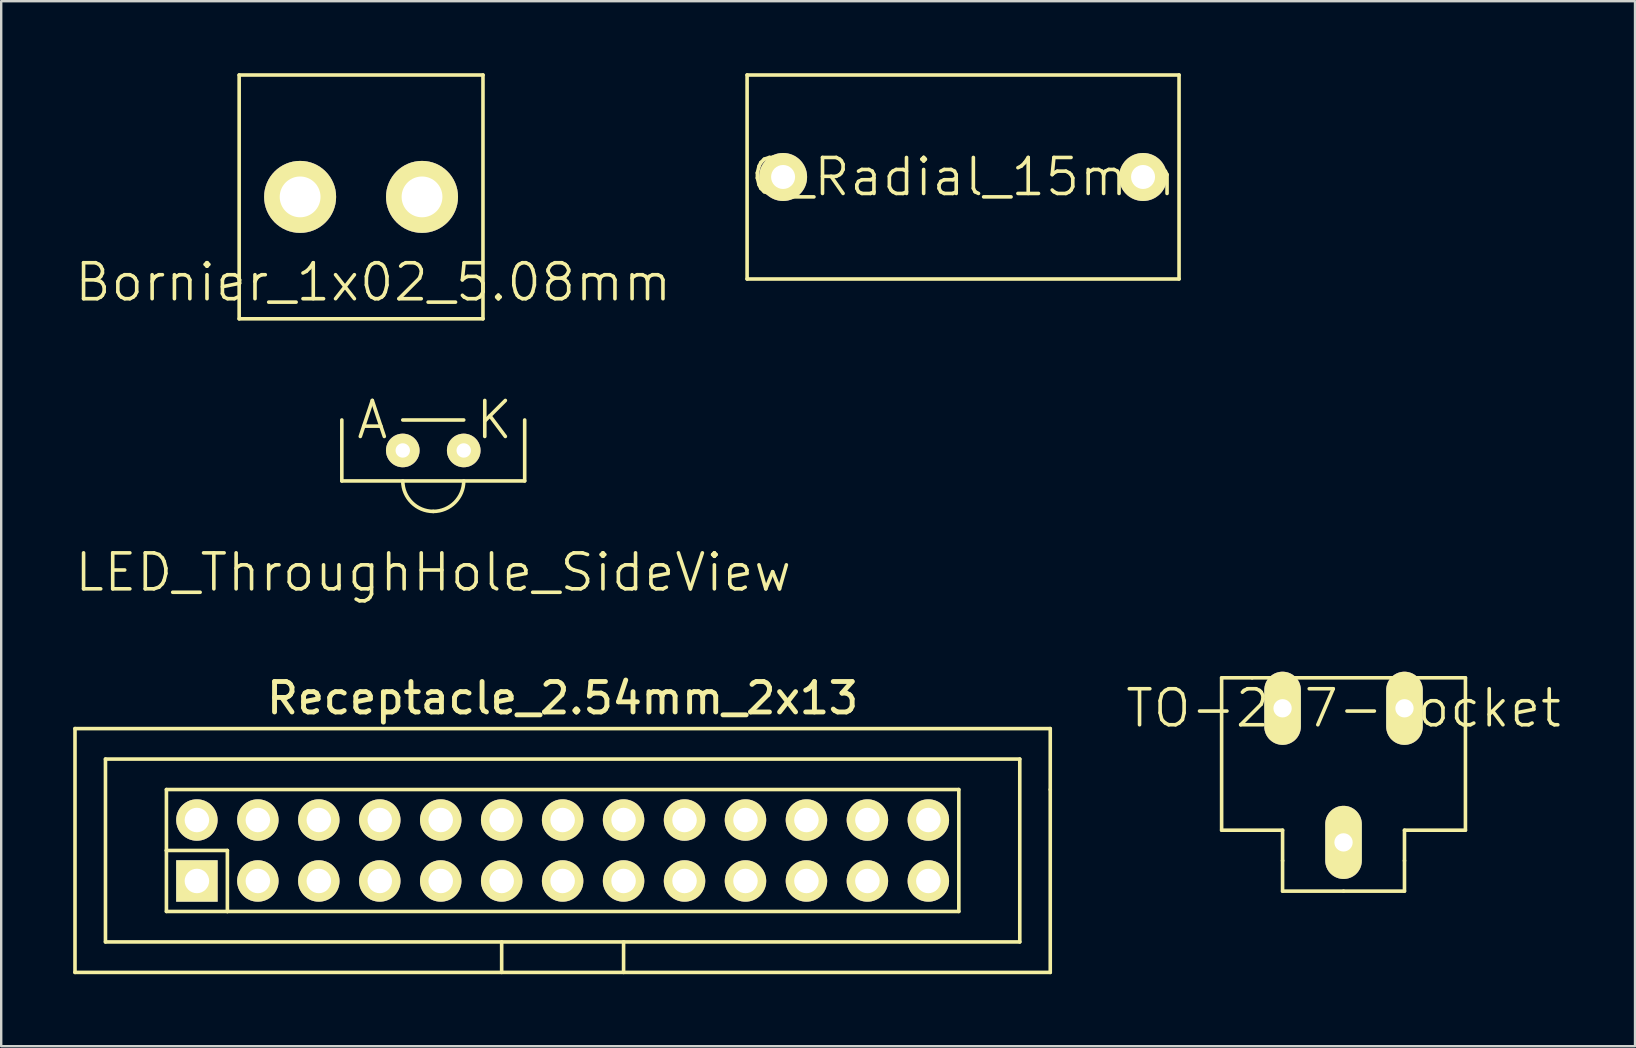
<source format=kicad_pcb>
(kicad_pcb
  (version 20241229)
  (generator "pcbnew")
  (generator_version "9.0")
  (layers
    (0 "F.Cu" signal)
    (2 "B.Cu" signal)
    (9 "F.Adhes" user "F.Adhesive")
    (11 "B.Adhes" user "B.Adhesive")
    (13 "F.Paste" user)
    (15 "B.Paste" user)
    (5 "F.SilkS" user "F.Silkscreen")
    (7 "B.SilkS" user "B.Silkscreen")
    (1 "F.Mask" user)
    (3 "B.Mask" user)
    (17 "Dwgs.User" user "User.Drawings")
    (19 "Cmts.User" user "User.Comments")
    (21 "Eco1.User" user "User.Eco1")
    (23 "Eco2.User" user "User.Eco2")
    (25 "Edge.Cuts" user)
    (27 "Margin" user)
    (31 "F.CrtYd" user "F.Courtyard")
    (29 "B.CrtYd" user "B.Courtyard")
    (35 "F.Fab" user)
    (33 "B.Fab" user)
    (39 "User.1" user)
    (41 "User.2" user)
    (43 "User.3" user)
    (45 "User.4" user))
  (footprint "TO-227-Socket"
    (layer "F.Cu")
    (at 52.936 26.465)
    (property "Reference" "TO-227-Socket" (at 0 0 0) (layer "F.SilkS") (effects (font (size 1.5 1.5) (thickness 0.15))))
    (attr through_hole)
    (fp_line (start -5.08 -1.27) (end -3.81 -1.27) (stroke (width 0.15) (type solid)) (layer "F.SilkS"))
    (fp_line (start -5.08 5.08) (end -5.08 -1.27) (stroke (width 0.15) (type solid)) (layer "F.SilkS"))
    (fp_line (start -3.81 -1.27) (end 5.08 -1.27) (stroke (width 0.15) (type solid)) (layer "F.SilkS"))
    (fp_line (start -2.54 5.08) (end -5.08 5.08) (stroke (width 0.15) (type solid)) (layer "F.SilkS"))
    (fp_line (start -2.54 6.35) (end -2.54 5.08) (stroke (width 0.15) (type solid)) (layer "F.SilkS"))
    (fp_line (start -2.54 7.62) (end -2.54 6.35) (stroke (width 0.15) (type solid)) (layer "F.SilkS"))
    (fp_line (start 0 7.62) (end -2.54 7.62) (stroke (width 0.15) (type solid)) (layer "F.SilkS"))
    (fp_line (start 2.54 5.08) (end 2.54 6.35) (stroke (width 0.15) (type solid)) (layer "F.SilkS"))
    (fp_line (start 2.54 6.35) (end 2.54 7.62) (stroke (width 0.15) (type solid)) (layer "F.SilkS"))
    (fp_line (start 2.54 7.62) (end 0 7.62) (stroke (width 0.15) (type solid)) (layer "F.SilkS"))
    (fp_line (start 5.08 -1.27) (end 5.08 5.08) (stroke (width 0.15) (type solid)) (layer "F.SilkS"))
    (fp_line (start 5.08 5.08) (end 2.54 5.08) (stroke (width 0.15) (type solid)) (layer "F.SilkS"))
    (pad "1" thru_hole oval (at -2.54 0) (size 1.524 3.048) (drill 0.762) (layers "*.Cu" "*.Mask" "F.SilkS"))
    (pad "2" thru_hole oval (at 0 5.588) (size 1.524 3.048) (drill 0.762) (layers "*.Cu" "*.Mask" "F.SilkS"))
    (pad "3" thru_hole oval (at 2.54 0) (size 1.524 3.048) (drill 0.762) (layers "*.Cu" "*.Mask" "F.SilkS")))
  (footprint "Bornier_1x02_5.08mm"
    (layer "F.Cu")
    (at 11.996 5.155)
    (property "Reference" "Bornier_1x02_5.08mm" (at 0.508 3.556 0) (layer "F.SilkS") (effects (font (size 1.5 1.5) (thickness 0.15))))
    (attr through_hole)
    (fp_line (start -5.08 -5.08) (end 5.08 -5.08) (stroke (width 0.15) (type solid)) (layer "F.SilkS"))
    (fp_line (start -5.08 5.08) (end -5.08 -5.08) (stroke (width 0.15) (type solid)) (layer "F.SilkS"))
    (fp_line (start 5.08 -5.08) (end 5.08 5.08) (stroke (width 0.15) (type solid)) (layer "F.SilkS"))
    (fp_line (start 5.08 5.08) (end -5.08 5.08) (stroke (width 0.15) (type solid)) (layer "F.SilkS"))
    (pad "1" thru_hole circle (at -2.54 0) (size 3 3) (drill 1.7) (layers "*.Cu" "*.Mask" "F.SilkS"))
    (pad "2" thru_hole circle (at 2.54 0) (size 3 3) (drill 1.7) (layers "*.Cu" "*.Mask" "F.SilkS")))
  (footprint "Receptacle_2.54mm_2x13"
    (layer "F.Cu")
    (at 20.395 32.391)
    (property "Reference" "Receptacle_2.54mm_2x13" (at 0 -6.35 0) (layer "F.SilkS") (effects (font (size 1.27 1.27) (thickness 0.203))))
    (attr through_hole)
    (fp_line (start -20.32 -5.08) (end 20.32 -5.08) (stroke (width 0.15) (type solid)) (layer "F.SilkS"))
    (fp_line (start -20.32 5.08) (end -20.32 -5.08) (stroke (width 0.15) (type solid)) (layer "F.SilkS"))
    (fp_line (start -19.05 -3.81) (end -19.05 3.81) (stroke (width 0.15) (type solid)) (layer "F.SilkS"))
    (fp_line (start -19.05 3.81) (end 19.05 3.81) (stroke (width 0.15) (type solid)) (layer "F.SilkS"))
    (fp_line (start -16.51 -2.54) (end -16.51 0) (stroke (width 0.15) (type solid)) (layer "F.SilkS"))
    (fp_line (start -16.51 -2.54) (end 16.51 -2.54) (stroke (width 0.15) (type solid)) (layer "F.SilkS"))
    (fp_line (start -16.51 0) (end -13.97 0) (stroke (width 0.15) (type solid)) (layer "F.SilkS"))
    (fp_line (start -16.51 2.54) (end -16.51 0) (stroke (width 0.15) (type solid)) (layer "F.SilkS"))
    (fp_line (start -16.51 2.54) (end -13.97 2.54) (stroke (width 0.15) (type solid)) (layer "F.SilkS"))
    (fp_line (start -13.97 0) (end -13.97 2.54) (stroke (width 0.15) (type solid)) (layer "F.SilkS"))
    (fp_line (start -13.97 2.54) (end 16.51 2.54) (stroke (width 0.15) (type solid)) (layer "F.SilkS"))
    (fp_line (start -2.54 3.81) (end -2.54 5.08) (stroke (width 0.15) (type solid)) (layer "F.SilkS"))
    (fp_line (start 2.54 3.81) (end 2.54 5.08) (stroke (width 0.15) (type solid)) (layer "F.SilkS"))
    (fp_line (start 16.51 -2.54) (end 16.51 2.54) (stroke (width 0.15) (type solid)) (layer "F.SilkS"))
    (fp_line (start 19.05 -3.81) (end -19.05 -3.81) (stroke (width 0.15) (type solid)) (layer "F.SilkS"))
    (fp_line (start 19.05 3.81) (end 19.05 -3.81) (stroke (width 0.15) (type solid)) (layer "F.SilkS"))
    (fp_line (start 20.32 -5.08) (end 20.32 -2.54) (stroke (width 0.15) (type solid)) (layer "F.SilkS"))
    (fp_line (start 20.32 -2.54) (end 20.32 5.08) (stroke (width 0.15) (type solid)) (layer "F.SilkS"))
    (fp_line (start 20.32 5.08) (end -20.32 5.08) (stroke (width 0.15) (type solid)) (layer "F.SilkS"))
    (pad "1" thru_hole rect (at -15.24 1.27) (size 1.727 1.727) (drill 1.02) (layers "*.Cu" "*.Mask" "F.SilkS"))
    (pad "2" thru_hole oval (at -15.24 -1.27) (size 1.727 1.727) (drill 1.02) (layers "*.Cu" "*.Mask" "F.SilkS"))
    (pad "3" thru_hole oval (at -12.7 1.27) (size 1.727 1.727) (drill 1.02) (layers "*.Cu" "*.Mask" "F.SilkS"))
    (pad "4" thru_hole oval (at -12.7 -1.27) (size 1.727 1.727) (drill 1.02) (layers "*.Cu" "*.Mask" "F.SilkS"))
    (pad "5" thru_hole oval (at -10.16 1.27) (size 1.727 1.727) (drill 1.02) (layers "*.Cu" "*.Mask" "F.SilkS"))
    (pad "6" thru_hole oval (at -10.16 -1.27) (size 1.727 1.727) (drill 1.02) (layers "*.Cu" "*.Mask" "F.SilkS"))
    (pad "7" thru_hole oval (at -7.62 1.27) (size 1.727 1.727) (drill 1.02) (layers "*.Cu" "*.Mask" "F.SilkS"))
    (pad "8" thru_hole oval (at -7.62 -1.27) (size 1.727 1.727) (drill 1.02) (layers "*.Cu" "*.Mask" "F.SilkS"))
    (pad "9" thru_hole oval (at -5.08 1.27) (size 1.727 1.727) (drill 1.02) (layers "*.Cu" "*.Mask" "F.SilkS"))
    (pad "10" thru_hole oval (at -5.08 -1.27) (size 1.727 1.727) (drill 1.02) (layers "*.Cu" "*.Mask" "F.SilkS"))
    (pad "11" thru_hole oval (at -2.54 1.27) (size 1.727 1.727) (drill 1.02) (layers "*.Cu" "*.Mask" "F.SilkS"))
    (pad "12" thru_hole oval (at -2.54 -1.27) (size 1.727 1.727) (drill 1.02) (layers "*.Cu" "*.Mask" "F.SilkS"))
    (pad "13" thru_hole oval (at 0 1.27) (size 1.727 1.727) (drill 1.02) (layers "*.Cu" "*.Mask" "F.SilkS"))
    (pad "14" thru_hole oval (at 0 -1.27) (size 1.727 1.727) (drill 1.02) (layers "*.Cu" "*.Mask" "F.SilkS"))
    (pad "15" thru_hole oval (at 2.54 1.27) (size 1.727 1.727) (drill 1.02) (layers "*.Cu" "*.Mask" "F.SilkS"))
    (pad "16" thru_hole oval (at 2.54 -1.27) (size 1.727 1.727) (drill 1.02) (layers "*.Cu" "*.Mask" "F.SilkS"))
    (pad "17" thru_hole oval (at 5.08 1.27) (size 1.727 1.727) (drill 1.02) (layers "*.Cu" "*.Mask" "F.SilkS"))
    (pad "18" thru_hole oval (at 5.08 -1.27) (size 1.727 1.727) (drill 1.02) (layers "*.Cu" "*.Mask" "F.SilkS"))
    (pad "19" thru_hole oval (at 7.62 1.27) (size 1.727 1.727) (drill 1.02) (layers "*.Cu" "*.Mask" "F.SilkS"))
    (pad "20" thru_hole oval (at 7.62 -1.27) (size 1.727 1.727) (drill 1.02) (layers "*.Cu" "*.Mask" "F.SilkS"))
    (pad "21" thru_hole oval (at 10.16 1.27) (size 1.727 1.727) (drill 1.02) (layers "*.Cu" "*.Mask" "F.SilkS"))
    (pad "22" thru_hole oval (at 10.16 -1.27) (size 1.727 1.727) (drill 1.02) (layers "*.Cu" "*.Mask" "F.SilkS"))
    (pad "23" thru_hole oval (at 12.7 1.27) (size 1.727 1.727) (drill 1.02) (layers "*.Cu" "*.Mask" "F.SilkS"))
    (pad "24" thru_hole oval (at 12.7 -1.27) (size 1.727 1.727) (drill 1.02) (layers "*.Cu" "*.Mask" "F.SilkS"))
    (pad "25" thru_hole oval (at 15.24 1.27) (size 1.727 1.727) (drill 1.02) (layers "*.Cu" "*.Mask" "F.SilkS"))
    (pad "26" thru_hole oval (at 15.24 -1.27) (size 1.727 1.727) (drill 1.02) (layers "*.Cu" "*.Mask" "F.SilkS")))
  (footprint "LED_ThroughHole_SideView"
    (layer "F.Cu")
    (at 15.004 15.721)
    (property "Reference" "LED_ThroughHole_SideView" (at 0 5.08 0) (layer "F.SilkS") (effects (font (size 1.5 1.5) (thickness 0.15))))
    (attr through_hole)
    (fp_line (start -3.81 1.27) (end -3.81 -1.27) (stroke (width 0.15) (type solid)) (layer "F.SilkS"))
    (fp_line (start -1.27 -1.27) (end 1.27 -1.27) (stroke (width 0.15) (type solid)) (layer "F.SilkS"))
    (fp_line (start 3.81 -1.27) (end 3.81 1.27) (stroke (width 0.15) (type solid)) (layer "F.SilkS"))
    (fp_line (start 3.81 1.27) (end -3.81 1.27) (stroke (width 0.15) (type solid)) (layer "F.SilkS"))
    (fp_arc (start 0 2.54) (mid -0.898026 2.168026) (end -1.27 1.27) (stroke (width 0.15) (type solid)) (layer "F.SilkS"))
    (fp_arc (start 1.27 1.27) (mid 0.898026 2.168026) (end 0 2.54) (stroke (width 0.15) (type solid)) (layer "F.SilkS"))
    (fp_text user "A" (at -2.54 -1.27 0) (layer "F.SilkS") (effects (font (size 1.5 1.5) (thickness 0.15))))
    (fp_text user "K" (at 2.54 -1.27 0) (layer "F.SilkS") (effects (font (size 1.5 1.5) (thickness 0.15))))
    (pad "1" thru_hole circle (at -1.27 0) (size 1.4 1.4) (drill 0.6) (layers "*.Cu" "*.Mask" "F.SilkS"))
    (pad "2" thru_hole circle (at 1.27 0) (size 1.4 1.4) (drill 0.6) (layers "*.Cu" "*.Mask" "F.SilkS")))
  (footprint "C_Radial_15mm"
    (layer "F.Cu")
    (at 37.082 4.325)
    (property "Reference" "C_Radial_15mm" (at 0 0 0) (layer "F.SilkS") (effects (font (size 1.5 1.5) (thickness 0.15))))
    (attr through_hole)
    (fp_line (start -9 -4.25) (end -9 4.25) (stroke (width 0.15) (type solid)) (layer "F.SilkS"))
    (fp_line (start -9 4.25) (end 9 4.25) (stroke (width 0.15) (type solid)) (layer "F.SilkS"))
    (fp_line (start 9 -4.25) (end -9 -4.25) (stroke (width 0.15) (type solid)) (layer "F.SilkS"))
    (fp_line (start 9 4.25) (end 9 -4.25) (stroke (width 0.15) (type solid)) (layer "F.SilkS"))
    (pad "1" thru_hole circle (at -7.5 0) (size 2 2) (drill 1) (layers "*.Cu" "*.Mask" "F.SilkS"))
    (pad "2" thru_hole circle (at 7.5 0) (size 2 2) (drill 1) (layers "*.Cu" "*.Mask" "F.SilkS")))
  (gr_rect
    (start -3 -3)
    (end 65.083 40.546)
    (stroke (width 0.1) (type default))
    (fill no)
    (layer "Edge.Cuts")))
</source>
